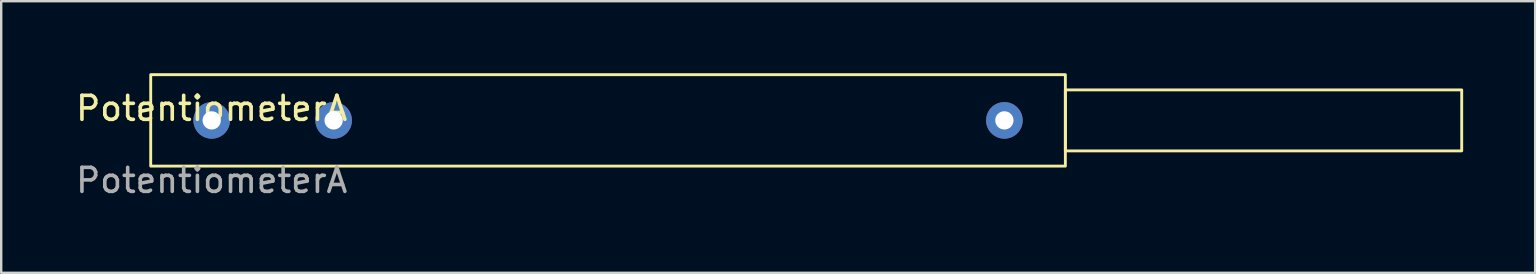
<source format=kicad_pcb>
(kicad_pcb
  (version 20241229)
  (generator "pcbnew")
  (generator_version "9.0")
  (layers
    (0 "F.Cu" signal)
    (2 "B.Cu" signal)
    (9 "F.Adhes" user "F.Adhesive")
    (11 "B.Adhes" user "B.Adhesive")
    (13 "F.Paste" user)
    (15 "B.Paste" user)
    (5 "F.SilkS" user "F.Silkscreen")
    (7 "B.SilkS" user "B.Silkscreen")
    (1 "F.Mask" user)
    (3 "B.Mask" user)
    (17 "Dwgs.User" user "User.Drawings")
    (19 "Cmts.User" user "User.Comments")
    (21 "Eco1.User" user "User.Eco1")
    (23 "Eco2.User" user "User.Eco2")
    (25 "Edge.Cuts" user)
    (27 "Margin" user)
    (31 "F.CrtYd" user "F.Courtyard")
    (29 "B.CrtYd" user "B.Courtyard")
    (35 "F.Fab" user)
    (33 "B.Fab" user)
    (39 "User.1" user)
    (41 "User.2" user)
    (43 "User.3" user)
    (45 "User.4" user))
  (footprint "PotentiometerA"
    (layer "F.Cu")
    (at 5.768 1.965)
    (property "Reference" "PotentiometerA" (at 0 -0.5 0) (unlocked yes) (layer "F.SilkS") (effects (font (size 1 1) (thickness 0.15))))
    (attr through_hole)
    (fp_rect (start -2.54 -1.905) (end 35.56 1.905) (stroke (width 0.12) (type solid)) (fill no) (layer "F.SilkS"))
    (fp_rect (start 35.56 -1.27) (end 52.07 1.27) (stroke (width 0.12) (type solid)) (fill no) (layer "F.SilkS"))
    (fp_text user "${REFERENCE}" (at 0 2.5 0) (unlocked yes) (layer "F.Fab") (effects (font (size 1 1) (thickness 0.15))))
    (pad "1" thru_hole circle (at 0 0) (size 1.524 1.524) (drill 0.762) (layers "*.Cu" "*.Mask"))
    (pad "2" thru_hole circle (at 33.02 0) (size 1.524 1.524) (drill 0.762) (layers "*.Cu" "*.Mask"))
    (pad "3" thru_hole circle (at 5.08 0) (size 1.524 1.524) (drill 0.762) (layers "*.Cu" "*.Mask")))
  (gr_rect
    (start -3 -3)
    (end 60.898 8.313)
    (stroke (width 0.1) (type default))
    (fill no)
    (layer "Edge.Cuts")))
</source>
